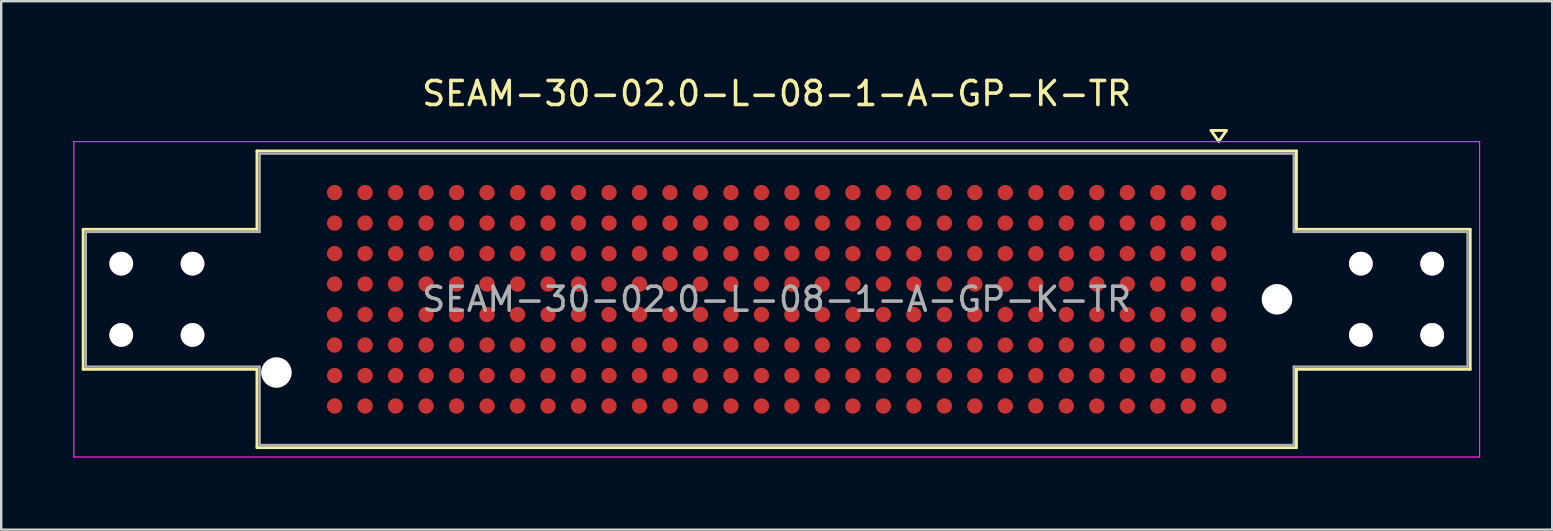
<source format=kicad_pcb>
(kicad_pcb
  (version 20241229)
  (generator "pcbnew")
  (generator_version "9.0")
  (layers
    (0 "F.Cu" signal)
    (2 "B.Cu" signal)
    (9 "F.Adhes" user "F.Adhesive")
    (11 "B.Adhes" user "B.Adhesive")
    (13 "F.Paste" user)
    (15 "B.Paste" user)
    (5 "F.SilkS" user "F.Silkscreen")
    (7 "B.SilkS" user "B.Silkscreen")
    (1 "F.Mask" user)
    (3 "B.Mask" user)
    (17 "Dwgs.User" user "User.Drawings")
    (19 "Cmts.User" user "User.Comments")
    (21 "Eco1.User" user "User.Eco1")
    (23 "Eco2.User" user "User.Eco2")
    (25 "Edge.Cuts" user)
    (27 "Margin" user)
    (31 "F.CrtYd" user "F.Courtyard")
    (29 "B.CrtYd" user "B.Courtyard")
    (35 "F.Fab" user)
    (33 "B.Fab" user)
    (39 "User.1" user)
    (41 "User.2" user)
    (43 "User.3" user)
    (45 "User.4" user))
  (footprint "SEAM-30-02.0-L-08-1-A-GP-K-TR"
    (layer "F.Cu")
    (at 29.305 9.418)
    (property "Reference" "SEAM-30-02.0-L-08-1-A-GP-K-TR" (at 0 -8.57 0) (layer "F.SilkS") (effects (font (size 1 1) (thickness 0.15))))
    (attr smd)
    (fp_line (start -28.89 -2.915) (end -21.65 -2.915) (stroke (width 0.12) (type solid)) (layer "F.SilkS"))
    (fp_line (start -28.89 2.915) (end -28.89 -2.915) (stroke (width 0.12) (type solid)) (layer "F.SilkS"))
    (fp_line (start -21.65 -6.18) (end 21.65 -6.18) (stroke (width 0.12) (type solid)) (layer "F.SilkS"))
    (fp_line (start -21.65 -2.915) (end -21.65 -6.18) (stroke (width 0.12) (type solid)) (layer "F.SilkS"))
    (fp_line (start -21.65 2.915) (end -28.89 2.915) (stroke (width 0.12) (type solid)) (layer "F.SilkS"))
    (fp_line (start -21.65 6.18) (end -21.65 2.915) (stroke (width 0.12) (type solid)) (layer "F.SilkS"))
    (fp_line (start 18.095 -7.033) (end 18.735 -7.033) (stroke (width 0.12) (type solid)) (layer "F.SilkS"))
    (fp_line (start 18.415 -6.58) (end 18.095 -7.033) (stroke (width 0.12) (type solid)) (layer "F.SilkS"))
    (fp_line (start 18.735 -7.033) (end 18.415 -6.58) (stroke (width 0.12) (type solid)) (layer "F.SilkS"))
    (fp_line (start 21.65 -6.18) (end 21.65 -2.915) (stroke (width 0.12) (type solid)) (layer "F.SilkS"))
    (fp_line (start 21.65 -2.915) (end 28.89 -2.915) (stroke (width 0.12) (type solid)) (layer "F.SilkS"))
    (fp_line (start 21.65 2.915) (end 21.65 6.18) (stroke (width 0.12) (type solid)) (layer "F.SilkS"))
    (fp_line (start 21.65 6.18) (end -21.65 6.18) (stroke (width 0.12) (type solid)) (layer "F.SilkS"))
    (fp_line (start 28.89 -2.915) (end 28.89 2.915) (stroke (width 0.12) (type solid)) (layer "F.SilkS"))
    (fp_line (start 28.89 2.915) (end 21.65 2.915) (stroke (width 0.12) (type solid)) (layer "F.SilkS"))
    (fp_line (start -29.28 -6.57) (end -29.28 6.57) (stroke (width 0.05) (type solid)) (layer "F.CrtYd"))
    (fp_line (start -29.28 6.57) (end 29.28 6.57) (stroke (width 0.05) (type solid)) (layer "F.CrtYd"))
    (fp_line (start 29.28 -6.57) (end -29.28 -6.57) (stroke (width 0.05) (type solid)) (layer "F.CrtYd"))
    (fp_line (start 29.28 6.57) (end 29.28 -6.57) (stroke (width 0.05) (type solid)) (layer "F.CrtYd"))
    (fp_line (start -28.78 -2.805) (end -21.54 -2.805) (stroke (width 0.1) (type solid)) (layer "F.Fab"))
    (fp_line (start -28.78 2.805) (end -28.78 -2.805) (stroke (width 0.1) (type solid)) (layer "F.Fab"))
    (fp_line (start -21.54 -6.07) (end 21.54 -6.07) (stroke (width 0.1) (type solid)) (layer "F.Fab"))
    (fp_line (start -21.54 -2.805) (end -21.54 -6.07) (stroke (width 0.1) (type solid)) (layer "F.Fab"))
    (fp_line (start -21.54 2.805) (end -28.78 2.805) (stroke (width 0.1) (type solid)) (layer "F.Fab"))
    (fp_line (start -21.54 6.07) (end -21.54 2.805) (stroke (width 0.1) (type solid)) (layer "F.Fab"))
    (fp_line (start 21.54 -6.07) (end 21.54 -2.805) (stroke (width 0.1) (type solid)) (layer "F.Fab"))
    (fp_line (start 21.54 -2.805) (end 28.78 -2.805) (stroke (width 0.1) (type solid)) (layer "F.Fab"))
    (fp_line (start 21.54 2.805) (end 21.54 6.07) (stroke (width 0.1) (type solid)) (layer "F.Fab"))
    (fp_line (start 21.54 6.07) (end -21.54 6.07) (stroke (width 0.1) (type solid)) (layer "F.Fab"))
    (fp_line (start 28.78 -2.805) (end 28.78 2.805) (stroke (width 0.1) (type solid)) (layer "F.Fab"))
    (fp_line (start 28.78 2.805) (end 21.54 2.805) (stroke (width 0.1) (type solid)) (layer "F.Fab"))
    (fp_text user "${REFERENCE}" (at 0 0 0) (layer "F.Fab") (effects (font (size 1 1) (thickness 0.15))))
    (pad "" thru_hole circle (at -27.305 -1.485) (size 0.99 0.99) (drill 0.99) (layers "*.Cu" "*.Mask"))
    (pad "" thru_hole circle (at -27.305 1.485) (size 0.99 0.99) (drill 0.99) (layers "*.Cu" "*.Mask"))
    (pad "" thru_hole circle (at -24.335 -1.485) (size 0.99 0.99) (drill 0.99) (layers "*.Cu" "*.Mask"))
    (pad "" thru_hole circle (at -24.335 1.485) (size 0.99 0.99) (drill 0.99) (layers "*.Cu" "*.Mask"))
    (pad "" np_thru_hole circle (at -20.84 3.05) (size 1.27 1.27) (drill 1.27) (layers "*.Cu" "*.Mask"))
    (pad "" np_thru_hole circle (at 20.84 0) (size 1.27 1.27) (drill 1.27) (layers "*.Cu" "*.Mask"))
    (pad "" thru_hole circle (at 24.335 -1.485) (size 0.99 0.99) (drill 0.99) (layers "*.Cu" "*.Mask"))
    (pad "" thru_hole circle (at 24.335 1.485) (size 0.99 0.99) (drill 0.99) (layers "*.Cu" "*.Mask"))
    (pad "" thru_hole circle (at 27.305 -1.485) (size 0.99 0.99) (drill 0.99) (layers "*.Cu" "*.Mask"))
    (pad "" thru_hole circle (at 27.305 1.485) (size 0.99 0.99) (drill 0.99) (layers "*.Cu" "*.Mask"))
    (pad "A1" smd circle (at 18.415 -4.445) (size 0.64 0.64) (layers "F.Cu" "F.Mask" "F.Paste"))
    (pad "A2" smd circle (at 17.145 -4.445) (size 0.64 0.64) (layers "F.Cu" "F.Mask" "F.Paste"))
    (pad "A3" smd circle (at 15.875 -4.445) (size 0.64 0.64) (layers "F.Cu" "F.Mask" "F.Paste"))
    (pad "A4" smd circle (at 14.605 -4.445) (size 0.64 0.64) (layers "F.Cu" "F.Mask" "F.Paste"))
    (pad "A5" smd circle (at 13.335 -4.445) (size 0.64 0.64) (layers "F.Cu" "F.Mask" "F.Paste"))
    (pad "A6" smd circle (at 12.065 -4.445) (size 0.64 0.64) (layers "F.Cu" "F.Mask" "F.Paste"))
    (pad "A7" smd circle (at 10.795 -4.445) (size 0.64 0.64) (layers "F.Cu" "F.Mask" "F.Paste"))
    (pad "A8" smd circle (at 9.525 -4.445) (size 0.64 0.64) (layers "F.Cu" "F.Mask" "F.Paste"))
    (pad "A9" smd circle (at 8.255 -4.445) (size 0.64 0.64) (layers "F.Cu" "F.Mask" "F.Paste"))
    (pad "A10" smd circle (at 6.985 -4.445) (size 0.64 0.64) (layers "F.Cu" "F.Mask" "F.Paste"))
    (pad "A11" smd circle (at 5.715 -4.445) (size 0.64 0.64) (layers "F.Cu" "F.Mask" "F.Paste"))
    (pad "A12" smd circle (at 4.445 -4.445) (size 0.64 0.64) (layers "F.Cu" "F.Mask" "F.Paste"))
    (pad "A13" smd circle (at 3.175 -4.445) (size 0.64 0.64) (layers "F.Cu" "F.Mask" "F.Paste"))
    (pad "A14" smd circle (at 1.905 -4.445) (size 0.64 0.64) (layers "F.Cu" "F.Mask" "F.Paste"))
    (pad "A15" smd circle (at 0.635 -4.445) (size 0.64 0.64) (layers "F.Cu" "F.Mask" "F.Paste"))
    (pad "A16" smd circle (at -0.635 -4.445) (size 0.64 0.64) (layers "F.Cu" "F.Mask" "F.Paste"))
    (pad "A17" smd circle (at -1.905 -4.445) (size 0.64 0.64) (layers "F.Cu" "F.Mask" "F.Paste"))
    (pad "A18" smd circle (at -3.175 -4.445) (size 0.64 0.64) (layers "F.Cu" "F.Mask" "F.Paste"))
    (pad "A19" smd circle (at -4.445 -4.445) (size 0.64 0.64) (layers "F.Cu" "F.Mask" "F.Paste"))
    (pad "A20" smd circle (at -5.715 -4.445) (size 0.64 0.64) (layers "F.Cu" "F.Mask" "F.Paste"))
    (pad "A21" smd circle (at -6.985 -4.445) (size 0.64 0.64) (layers "F.Cu" "F.Mask" "F.Paste"))
    (pad "A22" smd circle (at -8.255 -4.445) (size 0.64 0.64) (layers "F.Cu" "F.Mask" "F.Paste"))
    (pad "A23" smd circle (at -9.525 -4.445) (size 0.64 0.64) (layers "F.Cu" "F.Mask" "F.Paste"))
    (pad "A24" smd circle (at -10.795 -4.445) (size 0.64 0.64) (layers "F.Cu" "F.Mask" "F.Paste"))
    (pad "A25" smd circle (at -12.065 -4.445) (size 0.64 0.64) (layers "F.Cu" "F.Mask" "F.Paste"))
    (pad "A26" smd circle (at -13.335 -4.445) (size 0.64 0.64) (layers "F.Cu" "F.Mask" "F.Paste"))
    (pad "A27" smd circle (at -14.605 -4.445) (size 0.64 0.64) (layers "F.Cu" "F.Mask" "F.Paste"))
    (pad "A28" smd circle (at -15.875 -4.445) (size 0.64 0.64) (layers "F.Cu" "F.Mask" "F.Paste"))
    (pad "A29" smd circle (at -17.145 -4.445) (size 0.64 0.64) (layers "F.Cu" "F.Mask" "F.Paste"))
    (pad "A30" smd circle (at -18.415 -4.445) (size 0.64 0.64) (layers "F.Cu" "F.Mask" "F.Paste"))
    (pad "B1" smd circle (at 18.415 -3.175) (size 0.64 0.64) (layers "F.Cu" "F.Mask" "F.Paste"))
    (pad "B2" smd circle (at 17.145 -3.175) (size 0.64 0.64) (layers "F.Cu" "F.Mask" "F.Paste"))
    (pad "B3" smd circle (at 15.875 -3.175) (size 0.64 0.64) (layers "F.Cu" "F.Mask" "F.Paste"))
    (pad "B4" smd circle (at 14.605 -3.175) (size 0.64 0.64) (layers "F.Cu" "F.Mask" "F.Paste"))
    (pad "B5" smd circle (at 13.335 -3.175) (size 0.64 0.64) (layers "F.Cu" "F.Mask" "F.Paste"))
    (pad "B6" smd circle (at 12.065 -3.175) (size 0.64 0.64) (layers "F.Cu" "F.Mask" "F.Paste"))
    (pad "B7" smd circle (at 10.795 -3.175) (size 0.64 0.64) (layers "F.Cu" "F.Mask" "F.Paste"))
    (pad "B8" smd circle (at 9.525 -3.175) (size 0.64 0.64) (layers "F.Cu" "F.Mask" "F.Paste"))
    (pad "B9" smd circle (at 8.255 -3.175) (size 0.64 0.64) (layers "F.Cu" "F.Mask" "F.Paste"))
    (pad "B10" smd circle (at 6.985 -3.175) (size 0.64 0.64) (layers "F.Cu" "F.Mask" "F.Paste"))
    (pad "B11" smd circle (at 5.715 -3.175) (size 0.64 0.64) (layers "F.Cu" "F.Mask" "F.Paste"))
    (pad "B12" smd circle (at 4.445 -3.175) (size 0.64 0.64) (layers "F.Cu" "F.Mask" "F.Paste"))
    (pad "B13" smd circle (at 3.175 -3.175) (size 0.64 0.64) (layers "F.Cu" "F.Mask" "F.Paste"))
    (pad "B14" smd circle (at 1.905 -3.175) (size 0.64 0.64) (layers "F.Cu" "F.Mask" "F.Paste"))
    (pad "B15" smd circle (at 0.635 -3.175) (size 0.64 0.64) (layers "F.Cu" "F.Mask" "F.Paste"))
    (pad "B16" smd circle (at -0.635 -3.175) (size 0.64 0.64) (layers "F.Cu" "F.Mask" "F.Paste"))
    (pad "B17" smd circle (at -1.905 -3.175) (size 0.64 0.64) (layers "F.Cu" "F.Mask" "F.Paste"))
    (pad "B18" smd circle (at -3.175 -3.175) (size 0.64 0.64) (layers "F.Cu" "F.Mask" "F.Paste"))
    (pad "B19" smd circle (at -4.445 -3.175) (size 0.64 0.64) (layers "F.Cu" "F.Mask" "F.Paste"))
    (pad "B20" smd circle (at -5.715 -3.175) (size 0.64 0.64) (layers "F.Cu" "F.Mask" "F.Paste"))
    (pad "B21" smd circle (at -6.985 -3.175) (size 0.64 0.64) (layers "F.Cu" "F.Mask" "F.Paste"))
    (pad "B22" smd circle (at -8.255 -3.175) (size 0.64 0.64) (layers "F.Cu" "F.Mask" "F.Paste"))
    (pad "B23" smd circle (at -9.525 -3.175) (size 0.64 0.64) (layers "F.Cu" "F.Mask" "F.Paste"))
    (pad "B24" smd circle (at -10.795 -3.175) (size 0.64 0.64) (layers "F.Cu" "F.Mask" "F.Paste"))
    (pad "B25" smd circle (at -12.065 -3.175) (size 0.64 0.64) (layers "F.Cu" "F.Mask" "F.Paste"))
    (pad "B26" smd circle (at -13.335 -3.175) (size 0.64 0.64) (layers "F.Cu" "F.Mask" "F.Paste"))
    (pad "B27" smd circle (at -14.605 -3.175) (size 0.64 0.64) (layers "F.Cu" "F.Mask" "F.Paste"))
    (pad "B28" smd circle (at -15.875 -3.175) (size 0.64 0.64) (layers "F.Cu" "F.Mask" "F.Paste"))
    (pad "B29" smd circle (at -17.145 -3.175) (size 0.64 0.64) (layers "F.Cu" "F.Mask" "F.Paste"))
    (pad "B30" smd circle (at -18.415 -3.175) (size 0.64 0.64) (layers "F.Cu" "F.Mask" "F.Paste"))
    (pad "C1" smd circle (at 18.415 -1.905) (size 0.64 0.64) (layers "F.Cu" "F.Mask" "F.Paste"))
    (pad "C2" smd circle (at 17.145 -1.905) (size 0.64 0.64) (layers "F.Cu" "F.Mask" "F.Paste"))
    (pad "C3" smd circle (at 15.875 -1.905) (size 0.64 0.64) (layers "F.Cu" "F.Mask" "F.Paste"))
    (pad "C4" smd circle (at 14.605 -1.905) (size 0.64 0.64) (layers "F.Cu" "F.Mask" "F.Paste"))
    (pad "C5" smd circle (at 13.335 -1.905) (size 0.64 0.64) (layers "F.Cu" "F.Mask" "F.Paste"))
    (pad "C6" smd circle (at 12.065 -1.905) (size 0.64 0.64) (layers "F.Cu" "F.Mask" "F.Paste"))
    (pad "C7" smd circle (at 10.795 -1.905) (size 0.64 0.64) (layers "F.Cu" "F.Mask" "F.Paste"))
    (pad "C8" smd circle (at 9.525 -1.905) (size 0.64 0.64) (layers "F.Cu" "F.Mask" "F.Paste"))
    (pad "C9" smd circle (at 8.255 -1.905) (size 0.64 0.64) (layers "F.Cu" "F.Mask" "F.Paste"))
    (pad "C10" smd circle (at 6.985 -1.905) (size 0.64 0.64) (layers "F.Cu" "F.Mask" "F.Paste"))
    (pad "C11" smd circle (at 5.715 -1.905) (size 0.64 0.64) (layers "F.Cu" "F.Mask" "F.Paste"))
    (pad "C12" smd circle (at 4.445 -1.905) (size 0.64 0.64) (layers "F.Cu" "F.Mask" "F.Paste"))
    (pad "C13" smd circle (at 3.175 -1.905) (size 0.64 0.64) (layers "F.Cu" "F.Mask" "F.Paste"))
    (pad "C14" smd circle (at 1.905 -1.905) (size 0.64 0.64) (layers "F.Cu" "F.Mask" "F.Paste"))
    (pad "C15" smd circle (at 0.635 -1.905) (size 0.64 0.64) (layers "F.Cu" "F.Mask" "F.Paste"))
    (pad "C16" smd circle (at -0.635 -1.905) (size 0.64 0.64) (layers "F.Cu" "F.Mask" "F.Paste"))
    (pad "C17" smd circle (at -1.905 -1.905) (size 0.64 0.64) (layers "F.Cu" "F.Mask" "F.Paste"))
    (pad "C18" smd circle (at -3.175 -1.905) (size 0.64 0.64) (layers "F.Cu" "F.Mask" "F.Paste"))
    (pad "C19" smd circle (at -4.445 -1.905) (size 0.64 0.64) (layers "F.Cu" "F.Mask" "F.Paste"))
    (pad "C20" smd circle (at -5.715 -1.905) (size 0.64 0.64) (layers "F.Cu" "F.Mask" "F.Paste"))
    (pad "C21" smd circle (at -6.985 -1.905) (size 0.64 0.64) (layers "F.Cu" "F.Mask" "F.Paste"))
    (pad "C22" smd circle (at -8.255 -1.905) (size 0.64 0.64) (layers "F.Cu" "F.Mask" "F.Paste"))
    (pad "C23" smd circle (at -9.525 -1.905) (size 0.64 0.64) (layers "F.Cu" "F.Mask" "F.Paste"))
    (pad "C24" smd circle (at -10.795 -1.905) (size 0.64 0.64) (layers "F.Cu" "F.Mask" "F.Paste"))
    (pad "C25" smd circle (at -12.065 -1.905) (size 0.64 0.64) (layers "F.Cu" "F.Mask" "F.Paste"))
    (pad "C26" smd circle (at -13.335 -1.905) (size 0.64 0.64) (layers "F.Cu" "F.Mask" "F.Paste"))
    (pad "C27" smd circle (at -14.605 -1.905) (size 0.64 0.64) (layers "F.Cu" "F.Mask" "F.Paste"))
    (pad "C28" smd circle (at -15.875 -1.905) (size 0.64 0.64) (layers "F.Cu" "F.Mask" "F.Paste"))
    (pad "C29" smd circle (at -17.145 -1.905) (size 0.64 0.64) (layers "F.Cu" "F.Mask" "F.Paste"))
    (pad "C30" smd circle (at -18.415 -1.905) (size 0.64 0.64) (layers "F.Cu" "F.Mask" "F.Paste"))
    (pad "D1" smd circle (at 18.415 -0.635) (size 0.64 0.64) (layers "F.Cu" "F.Mask" "F.Paste"))
    (pad "D2" smd circle (at 17.145 -0.635) (size 0.64 0.64) (layers "F.Cu" "F.Mask" "F.Paste"))
    (pad "D3" smd circle (at 15.875 -0.635) (size 0.64 0.64) (layers "F.Cu" "F.Mask" "F.Paste"))
    (pad "D4" smd circle (at 14.605 -0.635) (size 0.64 0.64) (layers "F.Cu" "F.Mask" "F.Paste"))
    (pad "D5" smd circle (at 13.335 -0.635) (size 0.64 0.64) (layers "F.Cu" "F.Mask" "F.Paste"))
    (pad "D6" smd circle (at 12.065 -0.635) (size 0.64 0.64) (layers "F.Cu" "F.Mask" "F.Paste"))
    (pad "D7" smd circle (at 10.795 -0.635) (size 0.64 0.64) (layers "F.Cu" "F.Mask" "F.Paste"))
    (pad "D8" smd circle (at 9.525 -0.635) (size 0.64 0.64) (layers "F.Cu" "F.Mask" "F.Paste"))
    (pad "D9" smd circle (at 8.255 -0.635) (size 0.64 0.64) (layers "F.Cu" "F.Mask" "F.Paste"))
    (pad "D10" smd circle (at 6.985 -0.635) (size 0.64 0.64) (layers "F.Cu" "F.Mask" "F.Paste"))
    (pad "D11" smd circle (at 5.715 -0.635) (size 0.64 0.64) (layers "F.Cu" "F.Mask" "F.Paste"))
    (pad "D12" smd circle (at 4.445 -0.635) (size 0.64 0.64) (layers "F.Cu" "F.Mask" "F.Paste"))
    (pad "D13" smd circle (at 3.175 -0.635) (size 0.64 0.64) (layers "F.Cu" "F.Mask" "F.Paste"))
    (pad "D14" smd circle (at 1.905 -0.635) (size 0.64 0.64) (layers "F.Cu" "F.Mask" "F.Paste"))
    (pad "D15" smd circle (at 0.635 -0.635) (size 0.64 0.64) (layers "F.Cu" "F.Mask" "F.Paste"))
    (pad "D16" smd circle (at -0.635 -0.635) (size 0.64 0.64) (layers "F.Cu" "F.Mask" "F.Paste"))
    (pad "D17" smd circle (at -1.905 -0.635) (size 0.64 0.64) (layers "F.Cu" "F.Mask" "F.Paste"))
    (pad "D18" smd circle (at -3.175 -0.635) (size 0.64 0.64) (layers "F.Cu" "F.Mask" "F.Paste"))
    (pad "D19" smd circle (at -4.445 -0.635) (size 0.64 0.64) (layers "F.Cu" "F.Mask" "F.Paste"))
    (pad "D20" smd circle (at -5.715 -0.635) (size 0.64 0.64) (layers "F.Cu" "F.Mask" "F.Paste"))
    (pad "D21" smd circle (at -6.985 -0.635) (size 0.64 0.64) (layers "F.Cu" "F.Mask" "F.Paste"))
    (pad "D22" smd circle (at -8.255 -0.635) (size 0.64 0.64) (layers "F.Cu" "F.Mask" "F.Paste"))
    (pad "D23" smd circle (at -9.525 -0.635) (size 0.64 0.64) (layers "F.Cu" "F.Mask" "F.Paste"))
    (pad "D24" smd circle (at -10.795 -0.635) (size 0.64 0.64) (layers "F.Cu" "F.Mask" "F.Paste"))
    (pad "D25" smd circle (at -12.065 -0.635) (size 0.64 0.64) (layers "F.Cu" "F.Mask" "F.Paste"))
    (pad "D26" smd circle (at -13.335 -0.635) (size 0.64 0.64) (layers "F.Cu" "F.Mask" "F.Paste"))
    (pad "D27" smd circle (at -14.605 -0.635) (size 0.64 0.64) (layers "F.Cu" "F.Mask" "F.Paste"))
    (pad "D28" smd circle (at -15.875 -0.635) (size 0.64 0.64) (layers "F.Cu" "F.Mask" "F.Paste"))
    (pad "D29" smd circle (at -17.145 -0.635) (size 0.64 0.64) (layers "F.Cu" "F.Mask" "F.Paste"))
    (pad "D30" smd circle (at -18.415 -0.635) (size 0.64 0.64) (layers "F.Cu" "F.Mask" "F.Paste"))
    (pad "E1" smd circle (at 18.415 0.635) (size 0.64 0.64) (layers "F.Cu" "F.Mask" "F.Paste"))
    (pad "E2" smd circle (at 17.145 0.635) (size 0.64 0.64) (layers "F.Cu" "F.Mask" "F.Paste"))
    (pad "E3" smd circle (at 15.875 0.635) (size 0.64 0.64) (layers "F.Cu" "F.Mask" "F.Paste"))
    (pad "E4" smd circle (at 14.605 0.635) (size 0.64 0.64) (layers "F.Cu" "F.Mask" "F.Paste"))
    (pad "E5" smd circle (at 13.335 0.635) (size 0.64 0.64) (layers "F.Cu" "F.Mask" "F.Paste"))
    (pad "E6" smd circle (at 12.065 0.635) (size 0.64 0.64) (layers "F.Cu" "F.Mask" "F.Paste"))
    (pad "E7" smd circle (at 10.795 0.635) (size 0.64 0.64) (layers "F.Cu" "F.Mask" "F.Paste"))
    (pad "E8" smd circle (at 9.525 0.635) (size 0.64 0.64) (layers "F.Cu" "F.Mask" "F.Paste"))
    (pad "E9" smd circle (at 8.255 0.635) (size 0.64 0.64) (layers "F.Cu" "F.Mask" "F.Paste"))
    (pad "E10" smd circle (at 6.985 0.635) (size 0.64 0.64) (layers "F.Cu" "F.Mask" "F.Paste"))
    (pad "E11" smd circle (at 5.715 0.635) (size 0.64 0.64) (layers "F.Cu" "F.Mask" "F.Paste"))
    (pad "E12" smd circle (at 4.445 0.635) (size 0.64 0.64) (layers "F.Cu" "F.Mask" "F.Paste"))
    (pad "E13" smd circle (at 3.175 0.635) (size 0.64 0.64) (layers "F.Cu" "F.Mask" "F.Paste"))
    (pad "E14" smd circle (at 1.905 0.635) (size 0.64 0.64) (layers "F.Cu" "F.Mask" "F.Paste"))
    (pad "E15" smd circle (at 0.635 0.635) (size 0.64 0.64) (layers "F.Cu" "F.Mask" "F.Paste"))
    (pad "E16" smd circle (at -0.635 0.635) (size 0.64 0.64) (layers "F.Cu" "F.Mask" "F.Paste"))
    (pad "E17" smd circle (at -1.905 0.635) (size 0.64 0.64) (layers "F.Cu" "F.Mask" "F.Paste"))
    (pad "E18" smd circle (at -3.175 0.635) (size 0.64 0.64) (layers "F.Cu" "F.Mask" "F.Paste"))
    (pad "E19" smd circle (at -4.445 0.635) (size 0.64 0.64) (layers "F.Cu" "F.Mask" "F.Paste"))
    (pad "E20" smd circle (at -5.715 0.635) (size 0.64 0.64) (layers "F.Cu" "F.Mask" "F.Paste"))
    (pad "E21" smd circle (at -6.985 0.635) (size 0.64 0.64) (layers "F.Cu" "F.Mask" "F.Paste"))
    (pad "E22" smd circle (at -8.255 0.635) (size 0.64 0.64) (layers "F.Cu" "F.Mask" "F.Paste"))
    (pad "E23" smd circle (at -9.525 0.635) (size 0.64 0.64) (layers "F.Cu" "F.Mask" "F.Paste"))
    (pad "E24" smd circle (at -10.795 0.635) (size 0.64 0.64) (layers "F.Cu" "F.Mask" "F.Paste"))
    (pad "E25" smd circle (at -12.065 0.635) (size 0.64 0.64) (layers "F.Cu" "F.Mask" "F.Paste"))
    (pad "E26" smd circle (at -13.335 0.635) (size 0.64 0.64) (layers "F.Cu" "F.Mask" "F.Paste"))
    (pad "E27" smd circle (at -14.605 0.635) (size 0.64 0.64) (layers "F.Cu" "F.Mask" "F.Paste"))
    (pad "E28" smd circle (at -15.875 0.635) (size 0.64 0.64) (layers "F.Cu" "F.Mask" "F.Paste"))
    (pad "E29" smd circle (at -17.145 0.635) (size 0.64 0.64) (layers "F.Cu" "F.Mask" "F.Paste"))
    (pad "E30" smd circle (at -18.415 0.635) (size 0.64 0.64) (layers "F.Cu" "F.Mask" "F.Paste"))
    (pad "F1" smd circle (at 18.415 1.905) (size 0.64 0.64) (layers "F.Cu" "F.Mask" "F.Paste"))
    (pad "F2" smd circle (at 17.145 1.905) (size 0.64 0.64) (layers "F.Cu" "F.Mask" "F.Paste"))
    (pad "F3" smd circle (at 15.875 1.905) (size 0.64 0.64) (layers "F.Cu" "F.Mask" "F.Paste"))
    (pad "F4" smd circle (at 14.605 1.905) (size 0.64 0.64) (layers "F.Cu" "F.Mask" "F.Paste"))
    (pad "F5" smd circle (at 13.335 1.905) (size 0.64 0.64) (layers "F.Cu" "F.Mask" "F.Paste"))
    (pad "F6" smd circle (at 12.065 1.905) (size 0.64 0.64) (layers "F.Cu" "F.Mask" "F.Paste"))
    (pad "F7" smd circle (at 10.795 1.905) (size 0.64 0.64) (layers "F.Cu" "F.Mask" "F.Paste"))
    (pad "F8" smd circle (at 9.525 1.905) (size 0.64 0.64) (layers "F.Cu" "F.Mask" "F.Paste"))
    (pad "F9" smd circle (at 8.255 1.905) (size 0.64 0.64) (layers "F.Cu" "F.Mask" "F.Paste"))
    (pad "F10" smd circle (at 6.985 1.905) (size 0.64 0.64) (layers "F.Cu" "F.Mask" "F.Paste"))
    (pad "F11" smd circle (at 5.715 1.905) (size 0.64 0.64) (layers "F.Cu" "F.Mask" "F.Paste"))
    (pad "F12" smd circle (at 4.445 1.905) (size 0.64 0.64) (layers "F.Cu" "F.Mask" "F.Paste"))
    (pad "F13" smd circle (at 3.175 1.905) (size 0.64 0.64) (layers "F.Cu" "F.Mask" "F.Paste"))
    (pad "F14" smd circle (at 1.905 1.905) (size 0.64 0.64) (layers "F.Cu" "F.Mask" "F.Paste"))
    (pad "F15" smd circle (at 0.635 1.905) (size 0.64 0.64) (layers "F.Cu" "F.Mask" "F.Paste"))
    (pad "F16" smd circle (at -0.635 1.905) (size 0.64 0.64) (layers "F.Cu" "F.Mask" "F.Paste"))
    (pad "F17" smd circle (at -1.905 1.905) (size 0.64 0.64) (layers "F.Cu" "F.Mask" "F.Paste"))
    (pad "F18" smd circle (at -3.175 1.905) (size 0.64 0.64) (layers "F.Cu" "F.Mask" "F.Paste"))
    (pad "F19" smd circle (at -4.445 1.905) (size 0.64 0.64) (layers "F.Cu" "F.Mask" "F.Paste"))
    (pad "F20" smd circle (at -5.715 1.905) (size 0.64 0.64) (layers "F.Cu" "F.Mask" "F.Paste"))
    (pad "F21" smd circle (at -6.985 1.905) (size 0.64 0.64) (layers "F.Cu" "F.Mask" "F.Paste"))
    (pad "F22" smd circle (at -8.255 1.905) (size 0.64 0.64) (layers "F.Cu" "F.Mask" "F.Paste"))
    (pad "F23" smd circle (at -9.525 1.905) (size 0.64 0.64) (layers "F.Cu" "F.Mask" "F.Paste"))
    (pad "F24" smd circle (at -10.795 1.905) (size 0.64 0.64) (layers "F.Cu" "F.Mask" "F.Paste"))
    (pad "F25" smd circle (at -12.065 1.905) (size 0.64 0.64) (layers "F.Cu" "F.Mask" "F.Paste"))
    (pad "F26" smd circle (at -13.335 1.905) (size 0.64 0.64) (layers "F.Cu" "F.Mask" "F.Paste"))
    (pad "F27" smd circle (at -14.605 1.905) (size 0.64 0.64) (layers "F.Cu" "F.Mask" "F.Paste"))
    (pad "F28" smd circle (at -15.875 1.905) (size 0.64 0.64) (layers "F.Cu" "F.Mask" "F.Paste"))
    (pad "F29" smd circle (at -17.145 1.905) (size 0.64 0.64) (layers "F.Cu" "F.Mask" "F.Paste"))
    (pad "F30" smd circle (at -18.415 1.905) (size 0.64 0.64) (layers "F.Cu" "F.Mask" "F.Paste"))
    (pad "G1" smd circle (at 18.415 3.175) (size 0.64 0.64) (layers "F.Cu" "F.Mask" "F.Paste"))
    (pad "G2" smd circle (at 17.145 3.175) (size 0.64 0.64) (layers "F.Cu" "F.Mask" "F.Paste"))
    (pad "G3" smd circle (at 15.875 3.175) (size 0.64 0.64) (layers "F.Cu" "F.Mask" "F.Paste"))
    (pad "G4" smd circle (at 14.605 3.175) (size 0.64 0.64) (layers "F.Cu" "F.Mask" "F.Paste"))
    (pad "G5" smd circle (at 13.335 3.175) (size 0.64 0.64) (layers "F.Cu" "F.Mask" "F.Paste"))
    (pad "G6" smd circle (at 12.065 3.175) (size 0.64 0.64) (layers "F.Cu" "F.Mask" "F.Paste"))
    (pad "G7" smd circle (at 10.795 3.175) (size 0.64 0.64) (layers "F.Cu" "F.Mask" "F.Paste"))
    (pad "G8" smd circle (at 9.525 3.175) (size 0.64 0.64) (layers "F.Cu" "F.Mask" "F.Paste"))
    (pad "G9" smd circle (at 8.255 3.175) (size 0.64 0.64) (layers "F.Cu" "F.Mask" "F.Paste"))
    (pad "G10" smd circle (at 6.985 3.175) (size 0.64 0.64) (layers "F.Cu" "F.Mask" "F.Paste"))
    (pad "G11" smd circle (at 5.715 3.175) (size 0.64 0.64) (layers "F.Cu" "F.Mask" "F.Paste"))
    (pad "G12" smd circle (at 4.445 3.175) (size 0.64 0.64) (layers "F.Cu" "F.Mask" "F.Paste"))
    (pad "G13" smd circle (at 3.175 3.175) (size 0.64 0.64) (layers "F.Cu" "F.Mask" "F.Paste"))
    (pad "G14" smd circle (at 1.905 3.175) (size 0.64 0.64) (layers "F.Cu" "F.Mask" "F.Paste"))
    (pad "G15" smd circle (at 0.635 3.175) (size 0.64 0.64) (layers "F.Cu" "F.Mask" "F.Paste"))
    (pad "G16" smd circle (at -0.635 3.175) (size 0.64 0.64) (layers "F.Cu" "F.Mask" "F.Paste"))
    (pad "G17" smd circle (at -1.905 3.175) (size 0.64 0.64) (layers "F.Cu" "F.Mask" "F.Paste"))
    (pad "G18" smd circle (at -3.175 3.175) (size 0.64 0.64) (layers "F.Cu" "F.Mask" "F.Paste"))
    (pad "G19" smd circle (at -4.445 3.175) (size 0.64 0.64) (layers "F.Cu" "F.Mask" "F.Paste"))
    (pad "G20" smd circle (at -5.715 3.175) (size 0.64 0.64) (layers "F.Cu" "F.Mask" "F.Paste"))
    (pad "G21" smd circle (at -6.985 3.175) (size 0.64 0.64) (layers "F.Cu" "F.Mask" "F.Paste"))
    (pad "G22" smd circle (at -8.255 3.175) (size 0.64 0.64) (layers "F.Cu" "F.Mask" "F.Paste"))
    (pad "G23" smd circle (at -9.525 3.175) (size 0.64 0.64) (layers "F.Cu" "F.Mask" "F.Paste"))
    (pad "G24" smd circle (at -10.795 3.175) (size 0.64 0.64) (layers "F.Cu" "F.Mask" "F.Paste"))
    (pad "G25" smd circle (at -12.065 3.175) (size 0.64 0.64) (layers "F.Cu" "F.Mask" "F.Paste"))
    (pad "G26" smd circle (at -13.335 3.175) (size 0.64 0.64) (layers "F.Cu" "F.Mask" "F.Paste"))
    (pad "G27" smd circle (at -14.605 3.175) (size 0.64 0.64) (layers "F.Cu" "F.Mask" "F.Paste"))
    (pad "G28" smd circle (at -15.875 3.175) (size 0.64 0.64) (layers "F.Cu" "F.Mask" "F.Paste"))
    (pad "G29" smd circle (at -17.145 3.175) (size 0.64 0.64) (layers "F.Cu" "F.Mask" "F.Paste"))
    (pad "G30" smd circle (at -18.415 3.175) (size 0.64 0.64) (layers "F.Cu" "F.Mask" "F.Paste"))
    (pad "H1" smd circle (at 18.415 4.445) (size 0.64 0.64) (layers "F.Cu" "F.Mask" "F.Paste"))
    (pad "H2" smd circle (at 17.145 4.445) (size 0.64 0.64) (layers "F.Cu" "F.Mask" "F.Paste"))
    (pad "H3" smd circle (at 15.875 4.445) (size 0.64 0.64) (layers "F.Cu" "F.Mask" "F.Paste"))
    (pad "H4" smd circle (at 14.605 4.445) (size 0.64 0.64) (layers "F.Cu" "F.Mask" "F.Paste"))
    (pad "H5" smd circle (at 13.335 4.445) (size 0.64 0.64) (layers "F.Cu" "F.Mask" "F.Paste"))
    (pad "H6" smd circle (at 12.065 4.445) (size 0.64 0.64) (layers "F.Cu" "F.Mask" "F.Paste"))
    (pad "H7" smd circle (at 10.795 4.445) (size 0.64 0.64) (layers "F.Cu" "F.Mask" "F.Paste"))
    (pad "H8" smd circle (at 9.525 4.445) (size 0.64 0.64) (layers "F.Cu" "F.Mask" "F.Paste"))
    (pad "H9" smd circle (at 8.255 4.445) (size 0.64 0.64) (layers "F.Cu" "F.Mask" "F.Paste"))
    (pad "H10" smd circle (at 6.985 4.445) (size 0.64 0.64) (layers "F.Cu" "F.Mask" "F.Paste"))
    (pad "H11" smd circle (at 5.715 4.445) (size 0.64 0.64) (layers "F.Cu" "F.Mask" "F.Paste"))
    (pad "H12" smd circle (at 4.445 4.445) (size 0.64 0.64) (layers "F.Cu" "F.Mask" "F.Paste"))
    (pad "H13" smd circle (at 3.175 4.445) (size 0.64 0.64) (layers "F.Cu" "F.Mask" "F.Paste"))
    (pad "H14" smd circle (at 1.905 4.445) (size 0.64 0.64) (layers "F.Cu" "F.Mask" "F.Paste"))
    (pad "H15" smd circle (at 0.635 4.445) (size 0.64 0.64) (layers "F.Cu" "F.Mask" "F.Paste"))
    (pad "H16" smd circle (at -0.635 4.445) (size 0.64 0.64) (layers "F.Cu" "F.Mask" "F.Paste"))
    (pad "H17" smd circle (at -1.905 4.445) (size 0.64 0.64) (layers "F.Cu" "F.Mask" "F.Paste"))
    (pad "H18" smd circle (at -3.175 4.445) (size 0.64 0.64) (layers "F.Cu" "F.Mask" "F.Paste"))
    (pad "H19" smd circle (at -4.445 4.445) (size 0.64 0.64) (layers "F.Cu" "F.Mask" "F.Paste"))
    (pad "H20" smd circle (at -5.715 4.445) (size 0.64 0.64) (layers "F.Cu" "F.Mask" "F.Paste"))
    (pad "H21" smd circle (at -6.985 4.445) (size 0.64 0.64) (layers "F.Cu" "F.Mask" "F.Paste"))
    (pad "H22" smd circle (at -8.255 4.445) (size 0.64 0.64) (layers "F.Cu" "F.Mask" "F.Paste"))
    (pad "H23" smd circle (at -9.525 4.445) (size 0.64 0.64) (layers "F.Cu" "F.Mask" "F.Paste"))
    (pad "H24" smd circle (at -10.795 4.445) (size 0.64 0.64) (layers "F.Cu" "F.Mask" "F.Paste"))
    (pad "H25" smd circle (at -12.065 4.445) (size 0.64 0.64) (layers "F.Cu" "F.Mask" "F.Paste"))
    (pad "H26" smd circle (at -13.335 4.445) (size 0.64 0.64) (layers "F.Cu" "F.Mask" "F.Paste"))
    (pad "H27" smd circle (at -14.605 4.445) (size 0.64 0.64) (layers "F.Cu" "F.Mask" "F.Paste"))
    (pad "H28" smd circle (at -15.875 4.445) (size 0.64 0.64) (layers "F.Cu" "F.Mask" "F.Paste"))
    (pad "H29" smd circle (at -17.145 4.445) (size 0.64 0.64) (layers "F.Cu" "F.Mask" "F.Paste"))
    (pad "H30" smd circle (at -18.415 4.445) (size 0.64 0.64) (layers "F.Cu" "F.Mask" "F.Paste")))
  (gr_rect
    (start -3 -3)
    (end 61.61 19.013)
    (stroke (width 0.1) (type default))
    (fill no)
    (layer "Edge.Cuts")))
</source>
